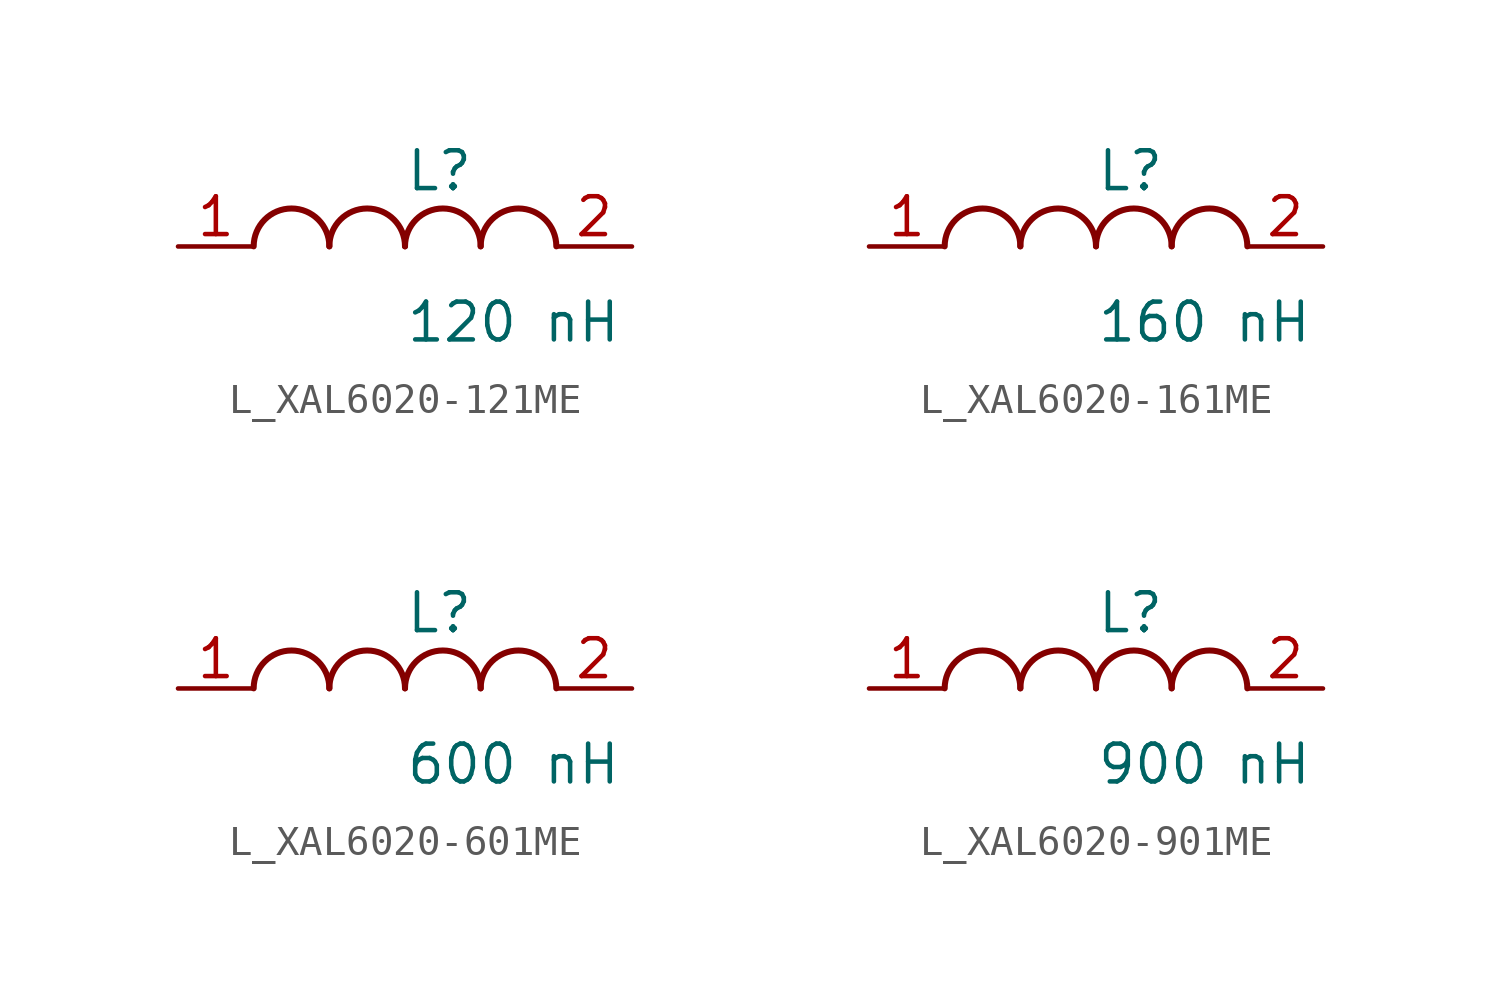
<source format=kicad_sym>
(kicad_symbol_lib
  (version 20231120)
  (generator kicad_symbol_editor)
  (generator_version 8.0)
  (symbol "L_XAL6020-121ME"
    (pin_names
      (offset 0.254))
    (property "Reference" "L"
      (at 0 2.54 0)
      (effects (font (size 1.27 1.27)) (justify left)))
    (property "Value" "120 nH"
      (at 0 -2.54 0)
      (effects (font (size 1.27 1.27)) (justify left)))
    (symbol "L_XAL6020-121ME_1_1"
      (arc (start -2.54 0.0056) (mid -3.81 1.27) (end -5.08 0.0056) (stroke (width 0.2032) (type default)) (fill (type none)))
      (arc (start 0 0.0056) (mid -1.27 1.27) (end -2.54 0.0056) (stroke (width 0.2032) (type default)) (fill (type none)))
      (arc (start 2.54 0.0056) (mid 1.27 1.27) (end 0 0.0056) (stroke (width 0.2032) (type default)) (fill (type none)))
      (arc (start 5.08 0.0056) (mid 3.81 1.27) (end 2.54 0.0056) (stroke (width 0.2032) (type default)) (fill (type none)))
      (pin unspecified line (at -7.62 0 0) (length 2.54) (name "" (effects (font (size 1.27 1.27)))) (number "1" (effects (font (size 1.27 1.27)))))
      (pin unspecified line (at 7.62 0 180) (length 2.54) (name "" (effects (font (size 1.27 1.27)))) (number "2" (effects (font (size 1.27 1.27)))))))
  (symbol "L_XAL6020-161ME"
    (pin_names
      (offset 0.254))
    (property "Reference" "L"
      (at 0 2.54 0)
      (effects (font (size 1.27 1.27)) (justify left)))
    (property "Value" "160 nH"
      (at 0 -2.54 0)
      (effects (font (size 1.27 1.27)) (justify left)))
    (symbol "L_XAL6020-161ME_1_1"
      (arc (start -2.54 0.0056) (mid -3.81 1.27) (end -5.08 0.0056) (stroke (width 0.2032) (type default)) (fill (type none)))
      (arc (start 0 0.0056) (mid -1.27 1.27) (end -2.54 0.0056) (stroke (width 0.2032) (type default)) (fill (type none)))
      (arc (start 2.54 0.0056) (mid 1.27 1.27) (end 0 0.0056) (stroke (width 0.2032) (type default)) (fill (type none)))
      (arc (start 5.08 0.0056) (mid 3.81 1.27) (end 2.54 0.0056) (stroke (width 0.2032) (type default)) (fill (type none)))
      (pin unspecified line (at -7.62 0 0) (length 2.54) (name "" (effects (font (size 1.27 1.27)))) (number "1" (effects (font (size 1.27 1.27)))))
      (pin unspecified line (at 7.62 0 180) (length 2.54) (name "" (effects (font (size 1.27 1.27)))) (number "2" (effects (font (size 1.27 1.27)))))))
  (symbol "L_XAL6020-601ME"
    (pin_names
      (offset 0.254))
    (property "Reference" "L"
      (at 0 2.54 0)
      (effects (font (size 1.27 1.27)) (justify left)))
    (property "Value" "600 nH"
      (at 0 -2.54 0)
      (effects (font (size 1.27 1.27)) (justify left)))
    (symbol "L_XAL6020-601ME_1_1"
      (arc (start -2.54 0.0056) (mid -3.81 1.27) (end -5.08 0.0056) (stroke (width 0.2032) (type default)) (fill (type none)))
      (arc (start 0 0.0056) (mid -1.27 1.27) (end -2.54 0.0056) (stroke (width 0.2032) (type default)) (fill (type none)))
      (arc (start 2.54 0.0056) (mid 1.27 1.27) (end 0 0.0056) (stroke (width 0.2032) (type default)) (fill (type none)))
      (arc (start 5.08 0.0056) (mid 3.81 1.27) (end 2.54 0.0056) (stroke (width 0.2032) (type default)) (fill (type none)))
      (pin unspecified line (at -7.62 0 0) (length 2.54) (name "" (effects (font (size 1.27 1.27)))) (number "1" (effects (font (size 1.27 1.27)))))
      (pin unspecified line (at 7.62 0 180) (length 2.54) (name "" (effects (font (size 1.27 1.27)))) (number "2" (effects (font (size 1.27 1.27)))))))
  (symbol "L_XAL6020-901ME"
    (pin_names
      (offset 0.254))
    (property "Reference" "L"
      (at 0 2.54 0)
      (effects (font (size 1.27 1.27)) (justify left)))
    (property "Value" "900 nH"
      (at 0 -2.54 0)
      (effects (font (size 1.27 1.27)) (justify left)))
    (symbol "L_XAL6020-901ME_1_1"
      (arc (start -2.54 0.0056) (mid -3.81 1.27) (end -5.08 0.0056) (stroke (width 0.2032) (type default)) (fill (type none)))
      (arc (start 0 0.0056) (mid -1.27 1.27) (end -2.54 0.0056) (stroke (width 0.2032) (type default)) (fill (type none)))
      (arc (start 2.54 0.0056) (mid 1.27 1.27) (end 0 0.0056) (stroke (width 0.2032) (type default)) (fill (type none)))
      (arc (start 5.08 0.0056) (mid 3.81 1.27) (end 2.54 0.0056) (stroke (width 0.2032) (type default)) (fill (type none)))
      (pin unspecified line (at -7.62 0 0) (length 2.54) (name "" (effects (font (size 1.27 1.27)))) (number "1" (effects (font (size 1.27 1.27)))))
      (pin unspecified line (at 7.62 0 180) (length 2.54) (name "" (effects (font (size 1.27 1.27)))) (number "2" (effects (font (size 1.27 1.27))))))))
</source>
